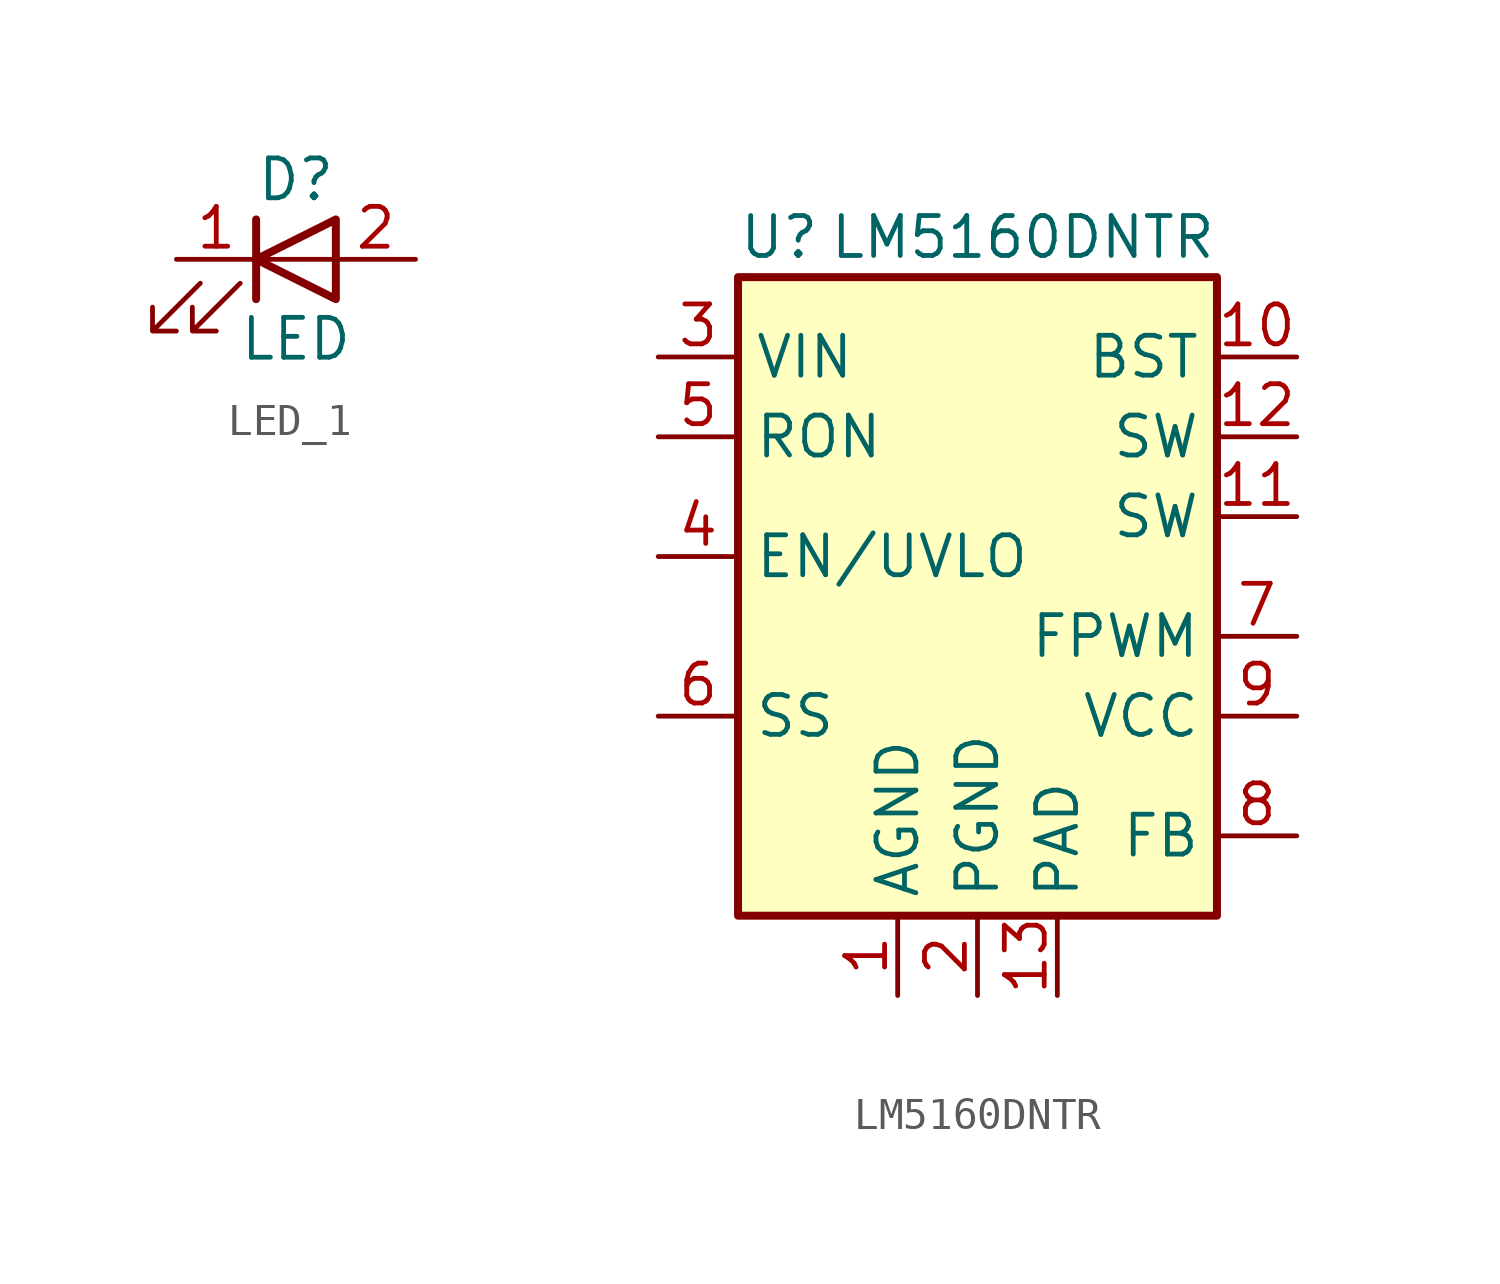
<source format=kicad_sym>
(kicad_symbol_lib
  (version 20241209)
  (generator "kicad_symbol_editor")
  (generator_version "9.0")
  (symbol "LED_1"
    (pin_names
      (offset 1.016)
      (hide yes))
    (property "Reference" "D"
      (at 0 2.54 0)
      (effects (font (size 1.27 1.27))))
    (property "Value" "LED"
      (at 0 -2.54 0)
      (effects (font (size 1.27 1.27))))
    (symbol "LED_1_0_1"
      (polyline (pts (xy -3.048 -0.762) (xy -4.572 -2.286) (xy -3.81 -2.286) (xy -4.572 -2.286) (xy -4.572 -1.524)) (stroke (width 0) (type default)) (fill (type none)))
      (polyline (pts (xy -1.778 -0.762) (xy -3.302 -2.286) (xy -2.54 -2.286) (xy -3.302 -2.286) (xy -3.302 -1.524)) (stroke (width 0) (type default)) (fill (type none)))
      (polyline (pts (xy -1.27 0) (xy 1.27 0)) (stroke (width 0) (type default)) (fill (type none)))
      (polyline (pts (xy -1.27 -1.27) (xy -1.27 1.27)) (stroke (width 0.254) (type default)) (fill (type none)))
      (polyline (pts (xy 1.27 -1.27) (xy 1.27 1.27) (xy -1.27 0) (xy 1.27 -1.27)) (stroke (width 0.254) (type default)) (fill (type none))))
    (symbol "LED_1_1_1"
      (pin passive line (at -3.81 0 0) (length 2.54) (name "K" (effects (font (size 1.27 1.27)))) (number "1" (effects (font (size 1.27 1.27)))))
      (pin passive line (at 3.81 0 180) (length 2.54) (name "A" (effects (font (size 1.27 1.27)))) (number "2" (effects (font (size 1.27 1.27)))))))
  (symbol "LM5160DNTR"
    (property "Reference" "U"
      (at -7.62 11.43 0)
      (effects (font (size 1.27 1.27)) (justify left)))
    (property "Value" "LM5160DNTR"
      (at 7.62 11.43 0)
      (effects (font (size 1.27 1.27)) (justify right)))
    (symbol "LM5160DNTR_0_1"
      (rectangle (start -7.62 10.16) (end 7.62 -10.16) (stroke (width 0.254) (type default)) (fill (type background))))
    (symbol "LM5160DNTR_1_1"
      (pin power_in line (at -10.16 7.62 0) (length 2.54) (name "VIN" (effects (font (size 1.27 1.27)))) (number "3" (effects (font (size 1.27 1.27)))))
      (pin input line (at -10.16 5.08 0) (length 2.54) (name "RON" (effects (font (size 1.27 1.27)))) (number "5" (effects (font (size 1.27 1.27)))))
      (pin input line (at -10.16 1.27 0) (length 2.54) (name "EN/UVLO" (effects (font (size 1.27 1.27)))) (number "4" (effects (font (size 1.27 1.27)))))
      (pin passive line (at -10.16 -3.81 0) (length 2.54) (name "SS" (effects (font (size 1.27 1.27)))) (number "6" (effects (font (size 1.27 1.27)))))
      (pin power_in line (at -2.54 -12.7 90) (length 2.54) (name "AGND" (effects (font (size 1.27 1.27)))) (number "1" (effects (font (size 1.27 1.27)))))
      (pin power_in line (at 0 -12.7 90) (length 2.54) (name "PGND" (effects (font (size 1.27 1.27)))) (number "2" (effects (font (size 1.27 1.27)))))
      (pin power_in line (at 2.54 -12.7 90) (length 2.54) (name "PAD" (effects (font (size 1.27 1.27)))) (number "13" (effects (font (size 1.27 1.27)))))
      (pin passive line (at 10.16 7.62 180) (length 2.54) (name "BST" (effects (font (size 1.27 1.27)))) (number "10" (effects (font (size 1.27 1.27)))))
      (pin power_out line (at 10.16 5.08 180) (length 2.54) (name "SW" (effects (font (size 1.27 1.27)))) (number "12" (effects (font (size 1.27 1.27)))))
      (pin power_out line (at 10.16 2.54 180) (length 2.54) (name "SW" (effects (font (size 1.27 1.27)))) (number "11" (effects (font (size 1.27 1.27)))))
      (pin input line (at 10.16 -1.27 180) (length 2.54) (name "FPWM" (effects (font (size 1.27 1.27)))) (number "7" (effects (font (size 1.27 1.27)))))
      (pin power_out line (at 10.16 -3.81 180) (length 2.54) (name "VCC" (effects (font (size 1.27 1.27)))) (number "9" (effects (font (size 1.27 1.27)))))
      (pin input line (at 10.16 -7.62 180) (length 2.54) (name "FB" (effects (font (size 1.27 1.27)))) (number "8" (effects (font (size 1.27 1.27))))))))
</source>
